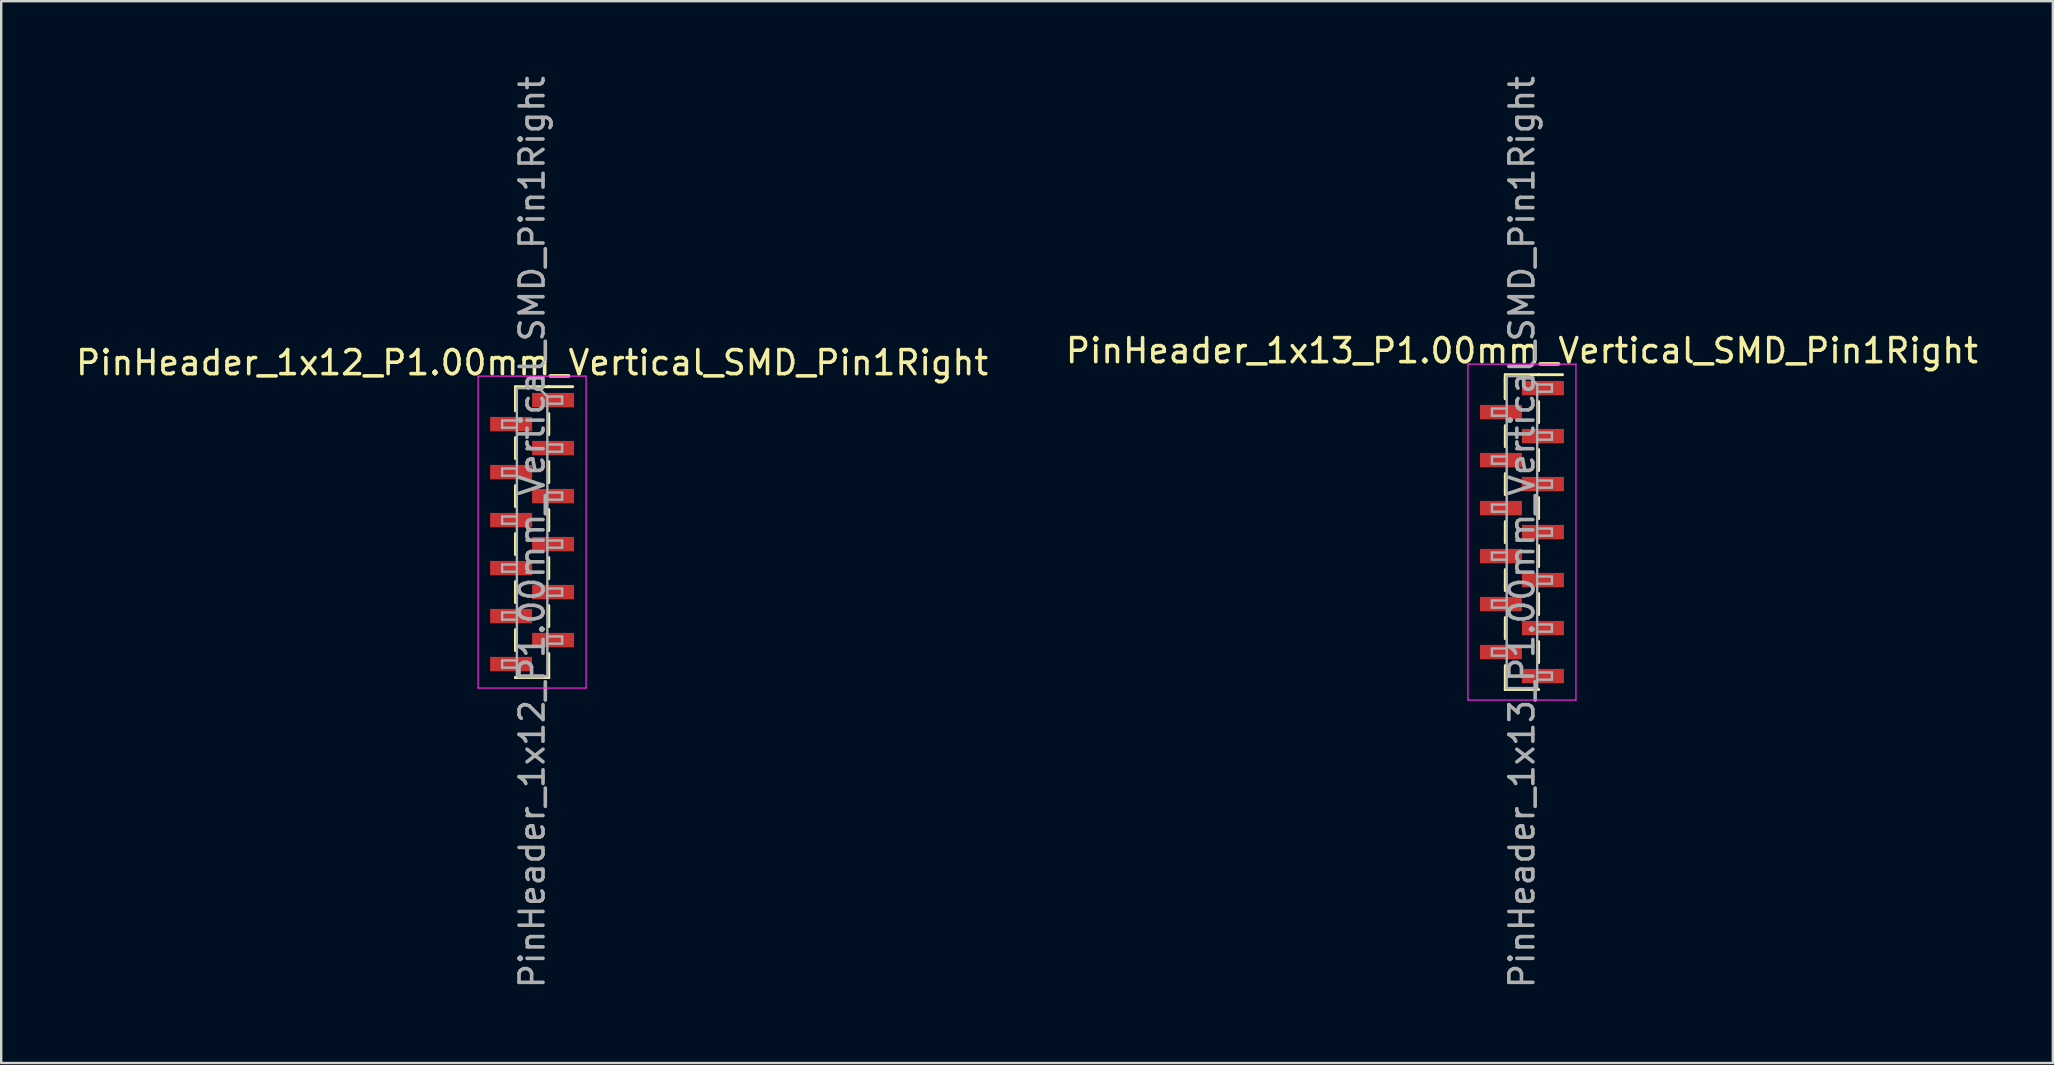
<source format=kicad_pcb>
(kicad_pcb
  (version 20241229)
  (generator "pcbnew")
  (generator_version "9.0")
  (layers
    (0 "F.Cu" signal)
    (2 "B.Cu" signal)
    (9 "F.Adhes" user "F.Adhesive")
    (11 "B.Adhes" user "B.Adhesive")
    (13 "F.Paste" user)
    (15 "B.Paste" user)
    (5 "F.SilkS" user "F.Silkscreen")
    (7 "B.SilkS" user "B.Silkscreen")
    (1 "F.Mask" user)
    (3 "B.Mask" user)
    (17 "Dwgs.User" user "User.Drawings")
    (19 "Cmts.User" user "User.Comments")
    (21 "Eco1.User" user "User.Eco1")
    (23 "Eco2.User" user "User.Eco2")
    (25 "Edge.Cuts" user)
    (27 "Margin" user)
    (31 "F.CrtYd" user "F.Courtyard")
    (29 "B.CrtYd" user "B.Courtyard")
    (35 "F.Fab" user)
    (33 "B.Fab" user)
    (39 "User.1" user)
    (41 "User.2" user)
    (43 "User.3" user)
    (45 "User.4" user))
  (footprint "PinHeader_1x12_P1.00mm_Vertical_SMD_Pin1Right"
    (layer "F.Cu")
    (at 19.125 19.125)
    (property "Reference" "PinHeader_1x12_P1.00mm_Vertical_SMD_Pin1Right" (at 0 -7.06 0) (layer "F.SilkS") (effects (font (size 1 1) (thickness 0.15))))
    (attr smd)
    (fp_line (start -0.695 -6.06) (end -0.695 -5.06) (stroke (width 0.12) (type solid)) (layer "F.SilkS"))
    (fp_line (start -0.695 -6.06) (end 0.695 -6.06) (stroke (width 0.12) (type solid)) (layer "F.SilkS"))
    (fp_line (start -0.695 -5.94) (end -0.695 -5.06) (stroke (width 0.12) (type solid)) (layer "F.SilkS"))
    (fp_line (start -0.695 -3.94) (end -0.695 -3.06) (stroke (width 0.12) (type solid)) (layer "F.SilkS"))
    (fp_line (start -0.695 -1.94) (end -0.695 -1.06) (stroke (width 0.12) (type solid)) (layer "F.SilkS"))
    (fp_line (start -0.695 0.06) (end -0.695 0.94) (stroke (width 0.12) (type solid)) (layer "F.SilkS"))
    (fp_line (start -0.695 2.06) (end -0.695 2.94) (stroke (width 0.12) (type solid)) (layer "F.SilkS"))
    (fp_line (start -0.695 4.06) (end -0.695 4.94) (stroke (width 0.12) (type solid)) (layer "F.SilkS"))
    (fp_line (start -0.695 6.06) (end -0.695 6.06) (stroke (width 0.12) (type solid)) (layer "F.SilkS"))
    (fp_line (start -0.695 6.06) (end 0.695 6.06) (stroke (width 0.12) (type solid)) (layer "F.SilkS"))
    (fp_line (start 0.695 -6.06) (end 0.695 -6.06) (stroke (width 0.12) (type solid)) (layer "F.SilkS"))
    (fp_line (start 0.695 -6.06) (end 1.69 -6.06) (stroke (width 0.12) (type solid)) (layer "F.SilkS"))
    (fp_line (start 0.695 -4.94) (end 0.695 -4.06) (stroke (width 0.12) (type solid)) (layer "F.SilkS"))
    (fp_line (start 0.695 -2.94) (end 0.695 -2.06) (stroke (width 0.12) (type solid)) (layer "F.SilkS"))
    (fp_line (start 0.695 -0.94) (end 0.695 -0.06) (stroke (width 0.12) (type solid)) (layer "F.SilkS"))
    (fp_line (start 0.695 1.06) (end 0.695 1.94) (stroke (width 0.12) (type solid)) (layer "F.SilkS"))
    (fp_line (start 0.695 3.06) (end 0.695 3.94) (stroke (width 0.12) (type solid)) (layer "F.SilkS"))
    (fp_line (start 0.695 5.06) (end 0.695 6.06) (stroke (width 0.12) (type solid)) (layer "F.SilkS"))
    (fp_line (start -2.25 -6.5) (end -2.25 6.5) (stroke (width 0.05) (type solid)) (layer "F.CrtYd"))
    (fp_line (start -2.25 6.5) (end 2.25 6.5) (stroke (width 0.05) (type solid)) (layer "F.CrtYd"))
    (fp_line (start 2.25 -6.5) (end -2.25 -6.5) (stroke (width 0.05) (type solid)) (layer "F.CrtYd"))
    (fp_line (start 2.25 6.5) (end 2.25 -6.5) (stroke (width 0.05) (type solid)) (layer "F.CrtYd"))
    (fp_line (start -1.25 -4.65) (end -1.25 -4.35) (stroke (width 0.1) (type solid)) (layer "F.Fab"))
    (fp_line (start -1.25 -4.35) (end -0.635 -4.35) (stroke (width 0.1) (type solid)) (layer "F.Fab"))
    (fp_line (start -1.25 -2.65) (end -1.25 -2.35) (stroke (width 0.1) (type solid)) (layer "F.Fab"))
    (fp_line (start -1.25 -2.35) (end -0.635 -2.35) (stroke (width 0.1) (type solid)) (layer "F.Fab"))
    (fp_line (start -1.25 -0.65) (end -1.25 -0.35) (stroke (width 0.1) (type solid)) (layer "F.Fab"))
    (fp_line (start -1.25 -0.35) (end -0.635 -0.35) (stroke (width 0.1) (type solid)) (layer "F.Fab"))
    (fp_line (start -1.25 1.35) (end -1.25 1.65) (stroke (width 0.1) (type solid)) (layer "F.Fab"))
    (fp_line (start -1.25 1.65) (end -0.635 1.65) (stroke (width 0.1) (type solid)) (layer "F.Fab"))
    (fp_line (start -1.25 3.35) (end -1.25 3.65) (stroke (width 0.1) (type solid)) (layer "F.Fab"))
    (fp_line (start -1.25 3.65) (end -0.635 3.65) (stroke (width 0.1) (type solid)) (layer "F.Fab"))
    (fp_line (start -1.25 5.35) (end -1.25 5.65) (stroke (width 0.1) (type solid)) (layer "F.Fab"))
    (fp_line (start -1.25 5.65) (end -0.635 5.65) (stroke (width 0.1) (type solid)) (layer "F.Fab"))
    (fp_line (start -0.635 -6) (end -0.635 6) (stroke (width 0.1) (type solid)) (layer "F.Fab"))
    (fp_line (start -0.635 -6) (end 0.285 -6) (stroke (width 0.1) (type solid)) (layer "F.Fab"))
    (fp_line (start -0.635 -4.65) (end -1.25 -4.65) (stroke (width 0.1) (type solid)) (layer "F.Fab"))
    (fp_line (start -0.635 -2.65) (end -1.25 -2.65) (stroke (width 0.1) (type solid)) (layer "F.Fab"))
    (fp_line (start -0.635 -0.65) (end -1.25 -0.65) (stroke (width 0.1) (type solid)) (layer "F.Fab"))
    (fp_line (start -0.635 1.35) (end -1.25 1.35) (stroke (width 0.1) (type solid)) (layer "F.Fab"))
    (fp_line (start -0.635 3.35) (end -1.25 3.35) (stroke (width 0.1) (type solid)) (layer "F.Fab"))
    (fp_line (start -0.635 5.35) (end -1.25 5.35) (stroke (width 0.1) (type solid)) (layer "F.Fab"))
    (fp_line (start 0.635 -5.65) (end 0.285 -6) (stroke (width 0.1) (type solid)) (layer "F.Fab"))
    (fp_line (start 0.635 -5.65) (end 1.25 -5.65) (stroke (width 0.1) (type solid)) (layer "F.Fab"))
    (fp_line (start 0.635 -3.65) (end 1.25 -3.65) (stroke (width 0.1) (type solid)) (layer "F.Fab"))
    (fp_line (start 0.635 -1.65) (end 1.25 -1.65) (stroke (width 0.1) (type solid)) (layer "F.Fab"))
    (fp_line (start 0.635 0.35) (end 1.25 0.35) (stroke (width 0.1) (type solid)) (layer "F.Fab"))
    (fp_line (start 0.635 2.35) (end 1.25 2.35) (stroke (width 0.1) (type solid)) (layer "F.Fab"))
    (fp_line (start 0.635 4.35) (end 1.25 4.35) (stroke (width 0.1) (type solid)) (layer "F.Fab"))
    (fp_line (start 0.635 6) (end -0.635 6) (stroke (width 0.1) (type solid)) (layer "F.Fab"))
    (fp_line (start 0.635 6) (end 0.635 -5.65) (stroke (width 0.1) (type solid)) (layer "F.Fab"))
    (fp_line (start 1.25 -5.65) (end 1.25 -5.35) (stroke (width 0.1) (type solid)) (layer "F.Fab"))
    (fp_line (start 1.25 -5.35) (end 0.635 -5.35) (stroke (width 0.1) (type solid)) (layer "F.Fab"))
    (fp_line (start 1.25 -3.65) (end 1.25 -3.35) (stroke (width 0.1) (type solid)) (layer "F.Fab"))
    (fp_line (start 1.25 -3.35) (end 0.635 -3.35) (stroke (width 0.1) (type solid)) (layer "F.Fab"))
    (fp_line (start 1.25 -1.65) (end 1.25 -1.35) (stroke (width 0.1) (type solid)) (layer "F.Fab"))
    (fp_line (start 1.25 -1.35) (end 0.635 -1.35) (stroke (width 0.1) (type solid)) (layer "F.Fab"))
    (fp_line (start 1.25 0.35) (end 1.25 0.65) (stroke (width 0.1) (type solid)) (layer "F.Fab"))
    (fp_line (start 1.25 0.65) (end 0.635 0.65) (stroke (width 0.1) (type solid)) (layer "F.Fab"))
    (fp_line (start 1.25 2.35) (end 1.25 2.65) (stroke (width 0.1) (type solid)) (layer "F.Fab"))
    (fp_line (start 1.25 2.65) (end 0.635 2.65) (stroke (width 0.1) (type solid)) (layer "F.Fab"))
    (fp_line (start 1.25 4.35) (end 1.25 4.65) (stroke (width 0.1) (type solid)) (layer "F.Fab"))
    (fp_line (start 1.25 4.65) (end 0.635 4.65) (stroke (width 0.1) (type solid)) (layer "F.Fab"))
    (fp_text user "${REFERENCE}" (at 0 0 90) (layer "F.Fab") (effects (font (size 1 1) (thickness 0.15))))
    (pad "1" smd rect (at 0.875 -5.5) (size 1.75 0.6) (layers "F.Cu" "F.Mask" "F.Paste"))
    (pad "2" smd rect (at -0.875 -4.5) (size 1.75 0.6) (layers "F.Cu" "F.Mask" "F.Paste"))
    (pad "3" smd rect (at 0.875 -3.5) (size 1.75 0.6) (layers "F.Cu" "F.Mask" "F.Paste"))
    (pad "4" smd rect (at -0.875 -2.5) (size 1.75 0.6) (layers "F.Cu" "F.Mask" "F.Paste"))
    (pad "5" smd rect (at 0.875 -1.5) (size 1.75 0.6) (layers "F.Cu" "F.Mask" "F.Paste"))
    (pad "6" smd rect (at -0.875 -0.5) (size 1.75 0.6) (layers "F.Cu" "F.Mask" "F.Paste"))
    (pad "7" smd rect (at 0.875 0.5) (size 1.75 0.6) (layers "F.Cu" "F.Mask" "F.Paste"))
    (pad "8" smd rect (at -0.875 1.5) (size 1.75 0.6) (layers "F.Cu" "F.Mask" "F.Paste"))
    (pad "9" smd rect (at 0.875 2.5) (size 1.75 0.6) (layers "F.Cu" "F.Mask" "F.Paste"))
    (pad "10" smd rect (at -0.875 3.5) (size 1.75 0.6) (layers "F.Cu" "F.Mask" "F.Paste"))
    (pad "11" smd rect (at 0.875 4.5) (size 1.75 0.6) (layers "F.Cu" "F.Mask" "F.Paste"))
    (pad "12" smd rect (at -0.875 5.5) (size 1.75 0.6) (layers "F.Cu" "F.Mask" "F.Paste")))
  (footprint "PinHeader_1x13_P1.00mm_Vertical_SMD_Pin1Right"
    (layer "F.Cu")
    (at 60.375 19.125)
    (property "Reference" "PinHeader_1x13_P1.00mm_Vertical_SMD_Pin1Right" (at 0 -7.56 0) (layer "F.SilkS") (effects (font (size 1 1) (thickness 0.15))))
    (attr smd)
    (fp_line (start -0.695 -6.56) (end -0.695 -5.56) (stroke (width 0.12) (type solid)) (layer "F.SilkS"))
    (fp_line (start -0.695 -6.56) (end 0.695 -6.56) (stroke (width 0.12) (type solid)) (layer "F.SilkS"))
    (fp_line (start -0.695 -6.44) (end -0.695 -5.56) (stroke (width 0.12) (type solid)) (layer "F.SilkS"))
    (fp_line (start -0.695 -4.44) (end -0.695 -3.56) (stroke (width 0.12) (type solid)) (layer "F.SilkS"))
    (fp_line (start -0.695 -2.44) (end -0.695 -1.56) (stroke (width 0.12) (type solid)) (layer "F.SilkS"))
    (fp_line (start -0.695 -0.44) (end -0.695 0.44) (stroke (width 0.12) (type solid)) (layer "F.SilkS"))
    (fp_line (start -0.695 1.56) (end -0.695 2.44) (stroke (width 0.12) (type solid)) (layer "F.SilkS"))
    (fp_line (start -0.695 3.56) (end -0.695 4.44) (stroke (width 0.12) (type solid)) (layer "F.SilkS"))
    (fp_line (start -0.695 5.56) (end -0.695 6.56) (stroke (width 0.12) (type solid)) (layer "F.SilkS"))
    (fp_line (start -0.695 6.56) (end -0.695 6.56) (stroke (width 0.12) (type solid)) (layer "F.SilkS"))
    (fp_line (start -0.695 6.56) (end 0.695 6.56) (stroke (width 0.12) (type solid)) (layer "F.SilkS"))
    (fp_line (start 0.695 -6.56) (end 0.695 -6.56) (stroke (width 0.12) (type solid)) (layer "F.SilkS"))
    (fp_line (start 0.695 -6.56) (end 1.69 -6.56) (stroke (width 0.12) (type solid)) (layer "F.SilkS"))
    (fp_line (start 0.695 -5.44) (end 0.695 -4.56) (stroke (width 0.12) (type solid)) (layer "F.SilkS"))
    (fp_line (start 0.695 -3.44) (end 0.695 -2.56) (stroke (width 0.12) (type solid)) (layer "F.SilkS"))
    (fp_line (start 0.695 -1.44) (end 0.695 -0.56) (stroke (width 0.12) (type solid)) (layer "F.SilkS"))
    (fp_line (start 0.695 0.56) (end 0.695 1.44) (stroke (width 0.12) (type solid)) (layer "F.SilkS"))
    (fp_line (start 0.695 2.56) (end 0.695 3.44) (stroke (width 0.12) (type solid)) (layer "F.SilkS"))
    (fp_line (start 0.695 4.56) (end 0.695 5.44) (stroke (width 0.12) (type solid)) (layer "F.SilkS"))
    (fp_line (start -2.25 -7) (end -2.25 7) (stroke (width 0.05) (type solid)) (layer "F.CrtYd"))
    (fp_line (start -2.25 7) (end 2.25 7) (stroke (width 0.05) (type solid)) (layer "F.CrtYd"))
    (fp_line (start 2.25 -7) (end -2.25 -7) (stroke (width 0.05) (type solid)) (layer "F.CrtYd"))
    (fp_line (start 2.25 7) (end 2.25 -7) (stroke (width 0.05) (type solid)) (layer "F.CrtYd"))
    (fp_line (start -1.25 -5.15) (end -1.25 -4.85) (stroke (width 0.1) (type solid)) (layer "F.Fab"))
    (fp_line (start -1.25 -4.85) (end -0.635 -4.85) (stroke (width 0.1) (type solid)) (layer "F.Fab"))
    (fp_line (start -1.25 -3.15) (end -1.25 -2.85) (stroke (width 0.1) (type solid)) (layer "F.Fab"))
    (fp_line (start -1.25 -2.85) (end -0.635 -2.85) (stroke (width 0.1) (type solid)) (layer "F.Fab"))
    (fp_line (start -1.25 -1.15) (end -1.25 -0.85) (stroke (width 0.1) (type solid)) (layer "F.Fab"))
    (fp_line (start -1.25 -0.85) (end -0.635 -0.85) (stroke (width 0.1) (type solid)) (layer "F.Fab"))
    (fp_line (start -1.25 0.85) (end -1.25 1.15) (stroke (width 0.1) (type solid)) (layer "F.Fab"))
    (fp_line (start -1.25 1.15) (end -0.635 1.15) (stroke (width 0.1) (type solid)) (layer "F.Fab"))
    (fp_line (start -1.25 2.85) (end -1.25 3.15) (stroke (width 0.1) (type solid)) (layer "F.Fab"))
    (fp_line (start -1.25 3.15) (end -0.635 3.15) (stroke (width 0.1) (type solid)) (layer "F.Fab"))
    (fp_line (start -1.25 4.85) (end -1.25 5.15) (stroke (width 0.1) (type solid)) (layer "F.Fab"))
    (fp_line (start -1.25 5.15) (end -0.635 5.15) (stroke (width 0.1) (type solid)) (layer "F.Fab"))
    (fp_line (start -0.635 -6.5) (end -0.635 6.5) (stroke (width 0.1) (type solid)) (layer "F.Fab"))
    (fp_line (start -0.635 -6.5) (end 0.285 -6.5) (stroke (width 0.1) (type solid)) (layer "F.Fab"))
    (fp_line (start -0.635 -5.15) (end -1.25 -5.15) (stroke (width 0.1) (type solid)) (layer "F.Fab"))
    (fp_line (start -0.635 -3.15) (end -1.25 -3.15) (stroke (width 0.1) (type solid)) (layer "F.Fab"))
    (fp_line (start -0.635 -1.15) (end -1.25 -1.15) (stroke (width 0.1) (type solid)) (layer "F.Fab"))
    (fp_line (start -0.635 0.85) (end -1.25 0.85) (stroke (width 0.1) (type solid)) (layer "F.Fab"))
    (fp_line (start -0.635 2.85) (end -1.25 2.85) (stroke (width 0.1) (type solid)) (layer "F.Fab"))
    (fp_line (start -0.635 4.85) (end -1.25 4.85) (stroke (width 0.1) (type solid)) (layer "F.Fab"))
    (fp_line (start 0.635 -6.15) (end 0.285 -6.5) (stroke (width 0.1) (type solid)) (layer "F.Fab"))
    (fp_line (start 0.635 -6.15) (end 1.25 -6.15) (stroke (width 0.1) (type solid)) (layer "F.Fab"))
    (fp_line (start 0.635 -4.15) (end 1.25 -4.15) (stroke (width 0.1) (type solid)) (layer "F.Fab"))
    (fp_line (start 0.635 -2.15) (end 1.25 -2.15) (stroke (width 0.1) (type solid)) (layer "F.Fab"))
    (fp_line (start 0.635 -0.15) (end 1.25 -0.15) (stroke (width 0.1) (type solid)) (layer "F.Fab"))
    (fp_line (start 0.635 1.85) (end 1.25 1.85) (stroke (width 0.1) (type solid)) (layer "F.Fab"))
    (fp_line (start 0.635 3.85) (end 1.25 3.85) (stroke (width 0.1) (type solid)) (layer "F.Fab"))
    (fp_line (start 0.635 5.85) (end 1.25 5.85) (stroke (width 0.1) (type solid)) (layer "F.Fab"))
    (fp_line (start 0.635 6.5) (end -0.635 6.5) (stroke (width 0.1) (type solid)) (layer "F.Fab"))
    (fp_line (start 0.635 6.5) (end 0.635 -6.15) (stroke (width 0.1) (type solid)) (layer "F.Fab"))
    (fp_line (start 1.25 -6.15) (end 1.25 -5.85) (stroke (width 0.1) (type solid)) (layer "F.Fab"))
    (fp_line (start 1.25 -5.85) (end 0.635 -5.85) (stroke (width 0.1) (type solid)) (layer "F.Fab"))
    (fp_line (start 1.25 -4.15) (end 1.25 -3.85) (stroke (width 0.1) (type solid)) (layer "F.Fab"))
    (fp_line (start 1.25 -3.85) (end 0.635 -3.85) (stroke (width 0.1) (type solid)) (layer "F.Fab"))
    (fp_line (start 1.25 -2.15) (end 1.25 -1.85) (stroke (width 0.1) (type solid)) (layer "F.Fab"))
    (fp_line (start 1.25 -1.85) (end 0.635 -1.85) (stroke (width 0.1) (type solid)) (layer "F.Fab"))
    (fp_line (start 1.25 -0.15) (end 1.25 0.15) (stroke (width 0.1) (type solid)) (layer "F.Fab"))
    (fp_line (start 1.25 0.15) (end 0.635 0.15) (stroke (width 0.1) (type solid)) (layer "F.Fab"))
    (fp_line (start 1.25 1.85) (end 1.25 2.15) (stroke (width 0.1) (type solid)) (layer "F.Fab"))
    (fp_line (start 1.25 2.15) (end 0.635 2.15) (stroke (width 0.1) (type solid)) (layer "F.Fab"))
    (fp_line (start 1.25 3.85) (end 1.25 4.15) (stroke (width 0.1) (type solid)) (layer "F.Fab"))
    (fp_line (start 1.25 4.15) (end 0.635 4.15) (stroke (width 0.1) (type solid)) (layer "F.Fab"))
    (fp_line (start 1.25 5.85) (end 1.25 6.15) (stroke (width 0.1) (type solid)) (layer "F.Fab"))
    (fp_line (start 1.25 6.15) (end 0.635 6.15) (stroke (width 0.1) (type solid)) (layer "F.Fab"))
    (fp_text user "${REFERENCE}" (at 0 0 90) (layer "F.Fab") (effects (font (size 1 1) (thickness 0.15))))
    (pad "1" smd rect (at 0.875 -6) (size 1.75 0.6) (layers "F.Cu" "F.Mask" "F.Paste"))
    (pad "2" smd rect (at -0.875 -5) (size 1.75 0.6) (layers "F.Cu" "F.Mask" "F.Paste"))
    (pad "3" smd rect (at 0.875 -4) (size 1.75 0.6) (layers "F.Cu" "F.Mask" "F.Paste"))
    (pad "4" smd rect (at -0.875 -3) (size 1.75 0.6) (layers "F.Cu" "F.Mask" "F.Paste"))
    (pad "5" smd rect (at 0.875 -2) (size 1.75 0.6) (layers "F.Cu" "F.Mask" "F.Paste"))
    (pad "6" smd rect (at -0.875 -1) (size 1.75 0.6) (layers "F.Cu" "F.Mask" "F.Paste"))
    (pad "7" smd rect (at 0.875 0) (size 1.75 0.6) (layers "F.Cu" "F.Mask" "F.Paste"))
    (pad "8" smd rect (at -0.875 1) (size 1.75 0.6) (layers "F.Cu" "F.Mask" "F.Paste"))
    (pad "9" smd rect (at 0.875 2) (size 1.75 0.6) (layers "F.Cu" "F.Mask" "F.Paste"))
    (pad "10" smd rect (at -0.875 3) (size 1.75 0.6) (layers "F.Cu" "F.Mask" "F.Paste"))
    (pad "11" smd rect (at 0.875 4) (size 1.75 0.6) (layers "F.Cu" "F.Mask" "F.Paste"))
    (pad "12" smd rect (at -0.875 5) (size 1.75 0.6) (layers "F.Cu" "F.Mask" "F.Paste"))
    (pad "13" smd rect (at 0.875 6) (size 1.75 0.6) (layers "F.Cu" "F.Mask" "F.Paste")))
  (gr_rect
    (start -3 -3)
    (end 82.5 41.25)
    (stroke (width 0.1) (type default))
    (fill no)
    (layer "Edge.Cuts")))
</source>
